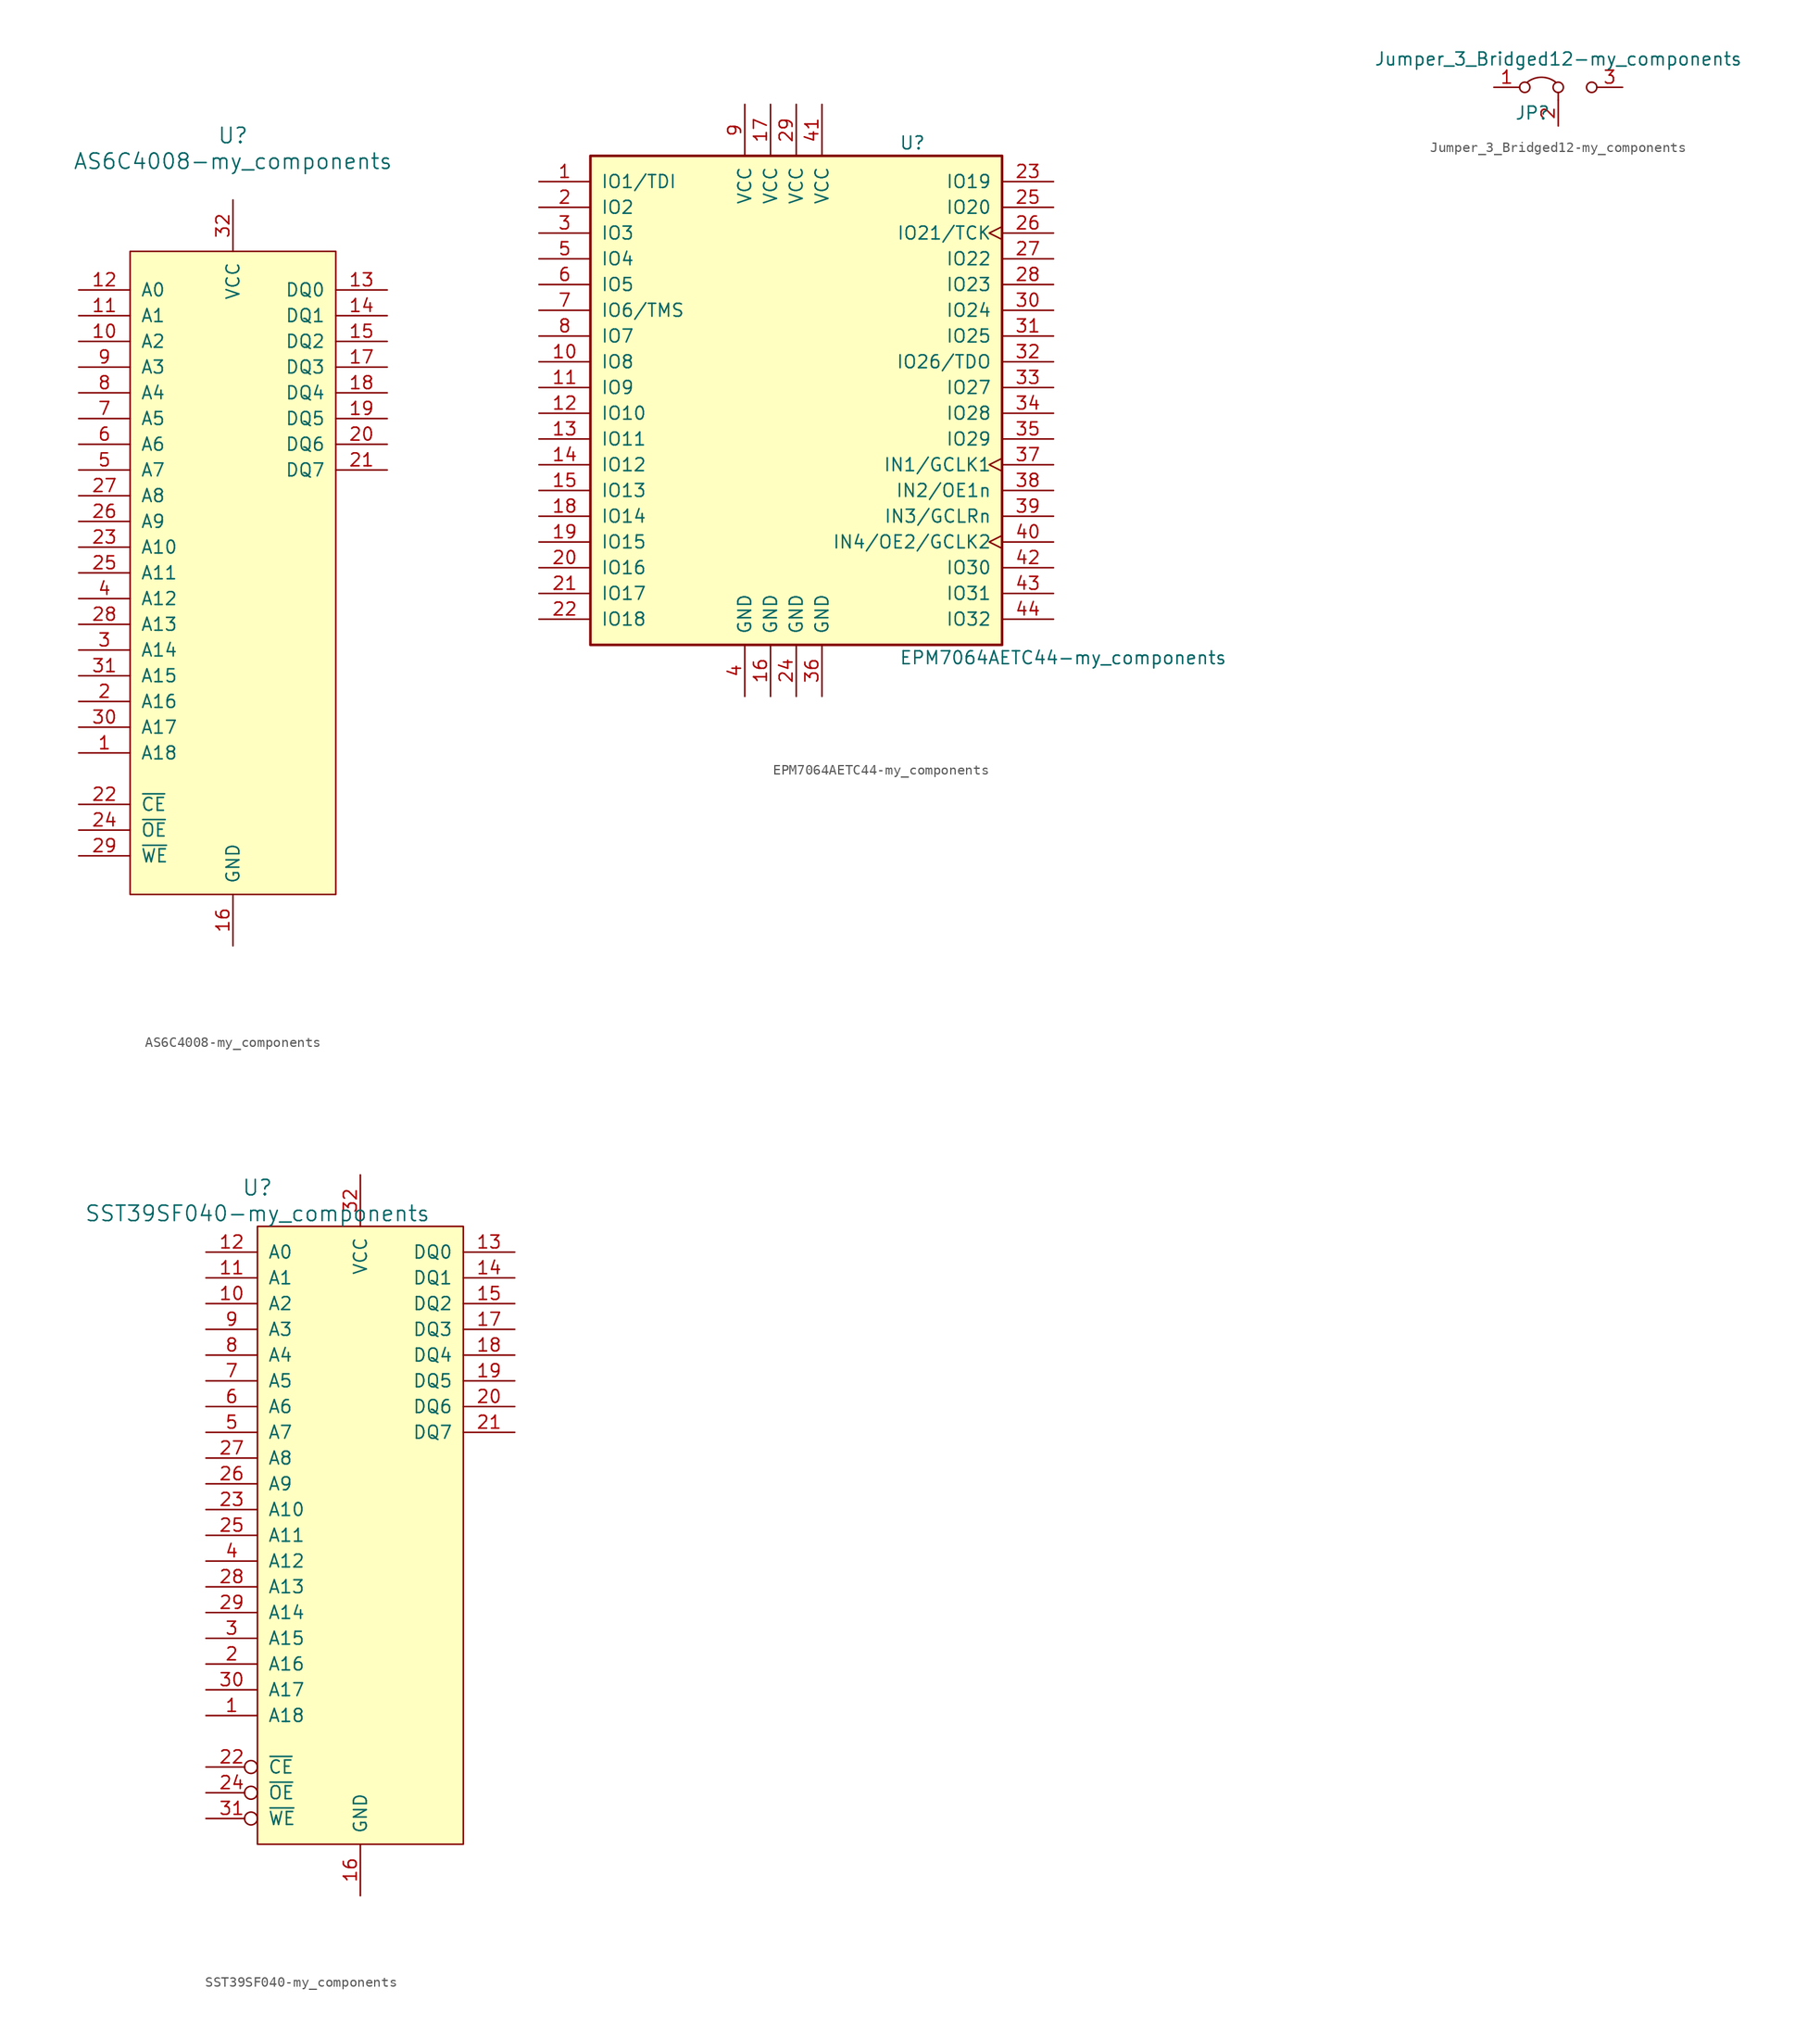
<source format=kicad_sym>
(kicad_symbol_lib
  (version 20220914)
  (generator kicad_symbol_editor)
  (symbol "AS6C4008-my_components"
    (pin_names
      (offset 1.016))
    (property "Reference" "U"
      (at 0 43.18 0)
      (effects (font (size 1.524 1.524))))
    (property "Value" "AS6C4008-my_components"
      (at 0 40.64 0)
      (effects (font (size 1.524 1.524))))
    (property "Footprint" ""
      (at 0 0 0)
      (effects (font (size 1.524 1.524))))
    (property "Datasheet" ""
      (at 0 0 0)
      (effects (font (size 1.524 1.524))))
    (symbol "AS6C4008-my_components_0_1"
      (rectangle (start 10.16 -31.75) (end -10.16 31.75) (stroke (width 0) (type solid)) (fill (type background))))
    (symbol "AS6C4008-my_components_1_1"
      (pin input line (at -15.24 -17.78 0) (length 5.08) (name "A18" (effects (font (size 1.27 1.27)))) (number "1" (effects (font (size 1.27 1.27)))))
      (pin input line (at -15.24 22.86 0) (length 5.08) (name "A2" (effects (font (size 1.27 1.27)))) (number "10" (effects (font (size 1.27 1.27)))))
      (pin input line (at -15.24 25.4 0) (length 5.08) (name "A1" (effects (font (size 1.27 1.27)))) (number "11" (effects (font (size 1.27 1.27)))))
      (pin input line (at -15.24 27.94 0) (length 5.08) (name "A0" (effects (font (size 1.27 1.27)))) (number "12" (effects (font (size 1.27 1.27)))))
      (pin bidirectional line (at 15.24 27.94 180) (length 5.08) (name "DQ0" (effects (font (size 1.27 1.27)))) (number "13" (effects (font (size 1.27 1.27)))))
      (pin bidirectional line (at 15.24 25.4 180) (length 5.08) (name "DQ1" (effects (font (size 1.27 1.27)))) (number "14" (effects (font (size 1.27 1.27)))))
      (pin bidirectional line (at 15.24 22.86 180) (length 5.08) (name "DQ2" (effects (font (size 1.27 1.27)))) (number "15" (effects (font (size 1.27 1.27)))))
      (pin power_in line (at 0 -36.83 90) (length 5.08) (name "GND" (effects (font (size 1.27 1.27)))) (number "16" (effects (font (size 1.27 1.27)))))
      (pin bidirectional line (at 15.24 20.32 180) (length 5.08) (name "DQ3" (effects (font (size 1.27 1.27)))) (number "17" (effects (font (size 1.27 1.27)))))
      (pin bidirectional line (at 15.24 17.78 180) (length 5.08) (name "DQ4" (effects (font (size 1.27 1.27)))) (number "18" (effects (font (size 1.27 1.27)))))
      (pin bidirectional line (at 15.24 15.24 180) (length 5.08) (name "DQ5" (effects (font (size 1.27 1.27)))) (number "19" (effects (font (size 1.27 1.27)))))
      (pin input line (at -15.24 -12.7 0) (length 5.08) (name "A16" (effects (font (size 1.27 1.27)))) (number "2" (effects (font (size 1.27 1.27)))))
      (pin bidirectional line (at 15.24 12.7 180) (length 5.08) (name "DQ6" (effects (font (size 1.27 1.27)))) (number "20" (effects (font (size 1.27 1.27)))))
      (pin bidirectional line (at 15.24 10.16 180) (length 5.08) (name "DQ7" (effects (font (size 1.27 1.27)))) (number "21" (effects (font (size 1.27 1.27)))))
      (pin input line (at -15.24 -22.86 0) (length 5.08) (name "~{CE}" (effects (font (size 1.27 1.27)))) (number "22" (effects (font (size 1.27 1.27)))))
      (pin input line (at -15.24 2.54 0) (length 5.08) (name "A10" (effects (font (size 1.27 1.27)))) (number "23" (effects (font (size 1.27 1.27)))))
      (pin input line (at -15.24 -25.4 0) (length 5.08) (name "~{OE}" (effects (font (size 1.27 1.27)))) (number "24" (effects (font (size 1.27 1.27)))))
      (pin input line (at -15.24 0 0) (length 5.08) (name "A11" (effects (font (size 1.27 1.27)))) (number "25" (effects (font (size 1.27 1.27)))))
      (pin input line (at -15.24 5.08 0) (length 5.08) (name "A9" (effects (font (size 1.27 1.27)))) (number "26" (effects (font (size 1.27 1.27)))))
      (pin input line (at -15.24 7.62 0) (length 5.08) (name "A8" (effects (font (size 1.27 1.27)))) (number "27" (effects (font (size 1.27 1.27)))))
      (pin input line (at -15.24 -5.08 0) (length 5.08) (name "A13" (effects (font (size 1.27 1.27)))) (number "28" (effects (font (size 1.27 1.27)))))
      (pin input line (at -15.24 -27.94 0) (length 5.08) (name "~{WE}" (effects (font (size 1.27 1.27)))) (number "29" (effects (font (size 1.27 1.27)))))
      (pin input line (at -15.24 -7.62 0) (length 5.08) (name "A14" (effects (font (size 1.27 1.27)))) (number "3" (effects (font (size 1.27 1.27)))))
      (pin input line (at -15.24 -15.24 0) (length 5.08) (name "A17" (effects (font (size 1.27 1.27)))) (number "30" (effects (font (size 1.27 1.27)))))
      (pin input line (at -15.24 -10.16 0) (length 5.08) (name "A15" (effects (font (size 1.27 1.27)))) (number "31" (effects (font (size 1.27 1.27)))))
      (pin power_in line (at 0 36.83 270) (length 5.08) (name "VCC" (effects (font (size 1.27 1.27)))) (number "32" (effects (font (size 1.27 1.27)))))
      (pin input line (at -15.24 -2.54 0) (length 5.08) (name "A12" (effects (font (size 1.27 1.27)))) (number "4" (effects (font (size 1.27 1.27)))))
      (pin input line (at -15.24 10.16 0) (length 5.08) (name "A7" (effects (font (size 1.27 1.27)))) (number "5" (effects (font (size 1.27 1.27)))))
      (pin input line (at -15.24 12.7 0) (length 5.08) (name "A6" (effects (font (size 1.27 1.27)))) (number "6" (effects (font (size 1.27 1.27)))))
      (pin input line (at -15.24 15.24 0) (length 5.08) (name "A5" (effects (font (size 1.27 1.27)))) (number "7" (effects (font (size 1.27 1.27)))))
      (pin input line (at -15.24 17.78 0) (length 5.08) (name "A4" (effects (font (size 1.27 1.27)))) (number "8" (effects (font (size 1.27 1.27)))))
      (pin input line (at -15.24 20.32 0) (length 5.08) (name "A3" (effects (font (size 1.27 1.27)))) (number "9" (effects (font (size 1.27 1.27)))))))
  (symbol "EPM7064AETC44-my_components"
    (pin_names
      (offset 1.016))
    (property "Reference" "U"
      (at 10.16 25.4 0)
      (effects (font (size 1.27 1.27)) (justify left)))
    (property "Value" "EPM7064AETC44-my_components"
      (at 10.16 -25.4 0)
      (effects (font (size 1.27 1.27)) (justify left)))
    (symbol "EPM7064AETC44-my_components_1_1"
      (rectangle (start -20.32 24.13) (end 20.32 -24.13) (stroke (width 0.254) (type solid)) (fill (type background)))
      (pin bidirectional line (at -25.4 21.59 0) (length 5.08) (name "IO1/TDI" (effects (font (size 1.27 1.27)))) (number "1" (effects (font (size 1.27 1.27)))))
      (pin bidirectional line (at -25.4 3.81 0) (length 5.08) (name "IO8" (effects (font (size 1.27 1.27)))) (number "10" (effects (font (size 1.27 1.27)))))
      (pin bidirectional line (at -25.4 1.27 0) (length 5.08) (name "IO9" (effects (font (size 1.27 1.27)))) (number "11" (effects (font (size 1.27 1.27)))))
      (pin bidirectional line (at -25.4 -1.27 0) (length 5.08) (name "IO10" (effects (font (size 1.27 1.27)))) (number "12" (effects (font (size 1.27 1.27)))))
      (pin bidirectional line (at -25.4 -3.81 0) (length 5.08) (name "IO11" (effects (font (size 1.27 1.27)))) (number "13" (effects (font (size 1.27 1.27)))))
      (pin bidirectional line (at -25.4 -6.35 0) (length 5.08) (name "IO12" (effects (font (size 1.27 1.27)))) (number "14" (effects (font (size 1.27 1.27)))))
      (pin bidirectional line (at -25.4 -8.89 0) (length 5.08) (name "IO13" (effects (font (size 1.27 1.27)))) (number "15" (effects (font (size 1.27 1.27)))))
      (pin power_in line (at -2.54 -29.21 90) (length 5.08) (name "GND" (effects (font (size 1.27 1.27)))) (number "16" (effects (font (size 1.27 1.27)))))
      (pin power_in line (at -2.54 29.21 270) (length 5.08) (name "VCC" (effects (font (size 1.27 1.27)))) (number "17" (effects (font (size 1.27 1.27)))))
      (pin bidirectional line (at -25.4 -11.43 0) (length 5.08) (name "IO14" (effects (font (size 1.27 1.27)))) (number "18" (effects (font (size 1.27 1.27)))))
      (pin bidirectional line (at -25.4 -13.97 0) (length 5.08) (name "IO15" (effects (font (size 1.27 1.27)))) (number "19" (effects (font (size 1.27 1.27)))))
      (pin bidirectional line (at -25.4 19.05 0) (length 5.08) (name "IO2" (effects (font (size 1.27 1.27)))) (number "2" (effects (font (size 1.27 1.27)))))
      (pin bidirectional line (at -25.4 -16.51 0) (length 5.08) (name "IO16" (effects (font (size 1.27 1.27)))) (number "20" (effects (font (size 1.27 1.27)))))
      (pin bidirectional line (at -25.4 -19.05 0) (length 5.08) (name "IO17" (effects (font (size 1.27 1.27)))) (number "21" (effects (font (size 1.27 1.27)))))
      (pin bidirectional line (at -25.4 -21.59 0) (length 5.08) (name "IO18" (effects (font (size 1.27 1.27)))) (number "22" (effects (font (size 1.27 1.27)))))
      (pin bidirectional line (at 25.4 21.59 180) (length 5.08) (name "IO19" (effects (font (size 1.27 1.27)))) (number "23" (effects (font (size 1.27 1.27)))))
      (pin power_in line (at 0 -29.21 90) (length 5.08) (name "GND" (effects (font (size 1.27 1.27)))) (number "24" (effects (font (size 1.27 1.27)))))
      (pin bidirectional line (at 25.4 19.05 180) (length 5.08) (name "IO20" (effects (font (size 1.27 1.27)))) (number "25" (effects (font (size 1.27 1.27)))))
      (pin bidirectional clock (at 25.4 16.51 180) (length 5.08) (name "IO21/TCK" (effects (font (size 1.27 1.27)))) (number "26" (effects (font (size 1.27 1.27)))))
      (pin bidirectional line (at 25.4 13.97 180) (length 5.08) (name "IO22" (effects (font (size 1.27 1.27)))) (number "27" (effects (font (size 1.27 1.27)))))
      (pin bidirectional line (at 25.4 11.43 180) (length 5.08) (name "IO23" (effects (font (size 1.27 1.27)))) (number "28" (effects (font (size 1.27 1.27)))))
      (pin power_in line (at 0 29.21 270) (length 5.08) (name "VCC" (effects (font (size 1.27 1.27)))) (number "29" (effects (font (size 1.27 1.27)))))
      (pin bidirectional line (at -25.4 16.51 0) (length 5.08) (name "IO3" (effects (font (size 1.27 1.27)))) (number "3" (effects (font (size 1.27 1.27)))))
      (pin bidirectional line (at 25.4 8.89 180) (length 5.08) (name "IO24" (effects (font (size 1.27 1.27)))) (number "30" (effects (font (size 1.27 1.27)))))
      (pin bidirectional line (at 25.4 6.35 180) (length 5.08) (name "IO25" (effects (font (size 1.27 1.27)))) (number "31" (effects (font (size 1.27 1.27)))))
      (pin bidirectional line (at 25.4 3.81 180) (length 5.08) (name "IO26/TDO" (effects (font (size 1.27 1.27)))) (number "32" (effects (font (size 1.27 1.27)))))
      (pin bidirectional line (at 25.4 1.27 180) (length 5.08) (name "IO27" (effects (font (size 1.27 1.27)))) (number "33" (effects (font (size 1.27 1.27)))))
      (pin bidirectional line (at 25.4 -1.27 180) (length 5.08) (name "IO28" (effects (font (size 1.27 1.27)))) (number "34" (effects (font (size 1.27 1.27)))))
      (pin bidirectional line (at 25.4 -3.81 180) (length 5.08) (name "IO29" (effects (font (size 1.27 1.27)))) (number "35" (effects (font (size 1.27 1.27)))))
      (pin power_in line (at 2.54 -29.21 90) (length 5.08) (name "GND" (effects (font (size 1.27 1.27)))) (number "36" (effects (font (size 1.27 1.27)))))
      (pin bidirectional clock (at 25.4 -6.35 180) (length 5.08) (name "IN1/GCLK1" (effects (font (size 1.27 1.27)))) (number "37" (effects (font (size 1.27 1.27)))))
      (pin bidirectional line (at 25.4 -8.89 180) (length 5.08) (name "IN2/OE1n" (effects (font (size 1.27 1.27)))) (number "38" (effects (font (size 1.27 1.27)))))
      (pin bidirectional line (at 25.4 -11.43 180) (length 5.08) (name "IN3/GCLRn" (effects (font (size 1.27 1.27)))) (number "39" (effects (font (size 1.27 1.27)))))
      (pin power_in line (at -5.08 -29.21 90) (length 5.08) (name "GND" (effects (font (size 1.27 1.27)))) (number "4" (effects (font (size 1.27 1.27)))))
      (pin bidirectional clock (at 25.4 -13.97 180) (length 5.08) (name "IN4/OE2/GCLK2" (effects (font (size 1.27 1.27)))) (number "40" (effects (font (size 1.27 1.27)))))
      (pin power_in line (at 2.54 29.21 270) (length 5.08) (name "VCC" (effects (font (size 1.27 1.27)))) (number "41" (effects (font (size 1.27 1.27)))))
      (pin bidirectional line (at 25.4 -16.51 180) (length 5.08) (name "IO30" (effects (font (size 1.27 1.27)))) (number "42" (effects (font (size 1.27 1.27)))))
      (pin bidirectional line (at 25.4 -19.05 180) (length 5.08) (name "IO31" (effects (font (size 1.27 1.27)))) (number "43" (effects (font (size 1.27 1.27)))))
      (pin bidirectional line (at 25.4 -21.59 180) (length 5.08) (name "IO32" (effects (font (size 1.27 1.27)))) (number "44" (effects (font (size 1.27 1.27)))))
      (pin bidirectional line (at -25.4 13.97 0) (length 5.08) (name "IO4" (effects (font (size 1.27 1.27)))) (number "5" (effects (font (size 1.27 1.27)))))
      (pin bidirectional line (at -25.4 11.43 0) (length 5.08) (name "IO5" (effects (font (size 1.27 1.27)))) (number "6" (effects (font (size 1.27 1.27)))))
      (pin bidirectional line (at -25.4 8.89 0) (length 5.08) (name "IO6/TMS" (effects (font (size 1.27 1.27)))) (number "7" (effects (font (size 1.27 1.27)))))
      (pin bidirectional line (at -25.4 6.35 0) (length 5.08) (name "IO7" (effects (font (size 1.27 1.27)))) (number "8" (effects (font (size 1.27 1.27)))))
      (pin power_in line (at -5.08 29.21 270) (length 5.08) (name "VCC" (effects (font (size 1.27 1.27)))) (number "9" (effects (font (size 1.27 1.27)))))))
  (symbol "Jumper_3_Bridged12-my_components"
    (pin_names
      (offset 0) hide)
    (property "Reference" "JP"
      (at -2.54 -2.54 0)
      (effects (font (size 1.27 1.27))))
    (property "Value" "Jumper_3_Bridged12-my_components"
      (at 0 2.794 0)
      (effects (font (size 1.27 1.27))))
    (symbol "Jumper_3_Bridged12-my_components_0_0"
      (circle (center -3.302 0) (radius 0.508) (stroke (width 0) (type solid)) (fill (type none)))
      (circle (center 0 0) (radius 0.508) (stroke (width 0) (type solid)) (fill (type none)))
      (circle (center 3.302 0) (radius 0.508) (stroke (width 0) (type solid)) (fill (type none))))
    (symbol "Jumper_3_Bridged12-my_components_0_1"
      (arc (start -0.254 0.508) (mid -1.651 0.9912) (end -3.048 0.508) (stroke (width 0) (type solid)) (fill (type none)))
      (polyline (pts (xy 0 -1.27) (xy 0 -0.508)) (stroke (width 0) (type solid)) (fill (type none))))
    (symbol "Jumper_3_Bridged12-my_components_1_1"
      (pin passive line (at -6.35 0 0) (length 2.54) (name "A" (effects (font (size 1.27 1.27)))) (number "1" (effects (font (size 1.27 1.27)))))
      (pin passive line (at 0 -3.81 90) (length 2.54) (name "C" (effects (font (size 1.27 1.27)))) (number "2" (effects (font (size 1.27 1.27)))))
      (pin passive line (at 6.35 0 180) (length 2.54) (name "B" (effects (font (size 1.27 1.27)))) (number "3" (effects (font (size 1.27 1.27)))))))
  (symbol "SST39SF040-my_components"
    (pin_names
      (offset 1.016))
    (property "Reference" "U"
      (at -10.16 34.29 0)
      (effects (font (size 1.524 1.524))))
    (property "Value" "SST39SF040-my_components"
      (at -10.16 31.75 0)
      (effects (font (size 1.524 1.524))))
    (property "Footprint" ""
      (at 0 0 0)
      (effects (font (size 1.524 1.524))))
    (property "Datasheet" ""
      (at 0 0 0)
      (effects (font (size 1.524 1.524))))
    (symbol "SST39SF040-my_components_0_1"
      (rectangle (start 10.16 -30.48) (end -10.16 30.48) (stroke (width 0) (type solid)) (fill (type background))))
    (symbol "SST39SF040-my_components_1_1"
      (pin input line (at -15.24 -17.78 0) (length 5.08) (name "A18" (effects (font (size 1.27 1.27)))) (number "1" (effects (font (size 1.27 1.27)))))
      (pin input line (at -15.24 22.86 0) (length 5.08) (name "A2" (effects (font (size 1.27 1.27)))) (number "10" (effects (font (size 1.27 1.27)))))
      (pin input line (at -15.24 25.4 0) (length 5.08) (name "A1" (effects (font (size 1.27 1.27)))) (number "11" (effects (font (size 1.27 1.27)))))
      (pin input line (at -15.24 27.94 0) (length 5.08) (name "A0" (effects (font (size 1.27 1.27)))) (number "12" (effects (font (size 1.27 1.27)))))
      (pin bidirectional line (at 15.24 27.94 180) (length 5.08) (name "DQ0" (effects (font (size 1.27 1.27)))) (number "13" (effects (font (size 1.27 1.27)))))
      (pin bidirectional line (at 15.24 25.4 180) (length 5.08) (name "DQ1" (effects (font (size 1.27 1.27)))) (number "14" (effects (font (size 1.27 1.27)))))
      (pin bidirectional line (at 15.24 22.86 180) (length 5.08) (name "DQ2" (effects (font (size 1.27 1.27)))) (number "15" (effects (font (size 1.27 1.27)))))
      (pin power_in line (at 0 -35.56 90) (length 5.08) (name "GND" (effects (font (size 1.27 1.27)))) (number "16" (effects (font (size 1.27 1.27)))))
      (pin bidirectional line (at 15.24 20.32 180) (length 5.08) (name "DQ3" (effects (font (size 1.27 1.27)))) (number "17" (effects (font (size 1.27 1.27)))))
      (pin bidirectional line (at 15.24 17.78 180) (length 5.08) (name "DQ4" (effects (font (size 1.27 1.27)))) (number "18" (effects (font (size 1.27 1.27)))))
      (pin bidirectional line (at 15.24 15.24 180) (length 5.08) (name "DQ5" (effects (font (size 1.27 1.27)))) (number "19" (effects (font (size 1.27 1.27)))))
      (pin input line (at -15.24 -12.7 0) (length 5.08) (name "A16" (effects (font (size 1.27 1.27)))) (number "2" (effects (font (size 1.27 1.27)))))
      (pin bidirectional line (at 15.24 12.7 180) (length 5.08) (name "DQ6" (effects (font (size 1.27 1.27)))) (number "20" (effects (font (size 1.27 1.27)))))
      (pin bidirectional line (at 15.24 10.16 180) (length 5.08) (name "DQ7" (effects (font (size 1.27 1.27)))) (number "21" (effects (font (size 1.27 1.27)))))
      (pin input inverted (at -15.24 -22.86 0) (length 5.08) (name "~{CE}" (effects (font (size 1.27 1.27)))) (number "22" (effects (font (size 1.27 1.27)))))
      (pin input line (at -15.24 2.54 0) (length 5.08) (name "A10" (effects (font (size 1.27 1.27)))) (number "23" (effects (font (size 1.27 1.27)))))
      (pin input inverted (at -15.24 -25.4 0) (length 5.08) (name "~{OE}" (effects (font (size 1.27 1.27)))) (number "24" (effects (font (size 1.27 1.27)))))
      (pin input line (at -15.24 0 0) (length 5.08) (name "A11" (effects (font (size 1.27 1.27)))) (number "25" (effects (font (size 1.27 1.27)))))
      (pin input line (at -15.24 5.08 0) (length 5.08) (name "A9" (effects (font (size 1.27 1.27)))) (number "26" (effects (font (size 1.27 1.27)))))
      (pin input line (at -15.24 7.62 0) (length 5.08) (name "A8" (effects (font (size 1.27 1.27)))) (number "27" (effects (font (size 1.27 1.27)))))
      (pin input line (at -15.24 -5.08 0) (length 5.08) (name "A13" (effects (font (size 1.27 1.27)))) (number "28" (effects (font (size 1.27 1.27)))))
      (pin input line (at -15.24 -7.62 0) (length 5.08) (name "A14" (effects (font (size 1.27 1.27)))) (number "29" (effects (font (size 1.27 1.27)))))
      (pin input line (at -15.24 -10.16 0) (length 5.08) (name "A15" (effects (font (size 1.27 1.27)))) (number "3" (effects (font (size 1.27 1.27)))))
      (pin input line (at -15.24 -15.24 0) (length 5.08) (name "A17" (effects (font (size 1.27 1.27)))) (number "30" (effects (font (size 1.27 1.27)))))
      (pin input inverted (at -15.24 -27.94 0) (length 5.08) (name "~{WE}" (effects (font (size 1.27 1.27)))) (number "31" (effects (font (size 1.27 1.27)))))
      (pin power_in line (at 0 35.56 270) (length 5.08) (name "VCC" (effects (font (size 1.27 1.27)))) (number "32" (effects (font (size 1.27 1.27)))))
      (pin input line (at -15.24 -2.54 0) (length 5.08) (name "A12" (effects (font (size 1.27 1.27)))) (number "4" (effects (font (size 1.27 1.27)))))
      (pin input line (at -15.24 10.16 0) (length 5.08) (name "A7" (effects (font (size 1.27 1.27)))) (number "5" (effects (font (size 1.27 1.27)))))
      (pin input line (at -15.24 12.7 0) (length 5.08) (name "A6" (effects (font (size 1.27 1.27)))) (number "6" (effects (font (size 1.27 1.27)))))
      (pin input line (at -15.24 15.24 0) (length 5.08) (name "A5" (effects (font (size 1.27 1.27)))) (number "7" (effects (font (size 1.27 1.27)))))
      (pin input line (at -15.24 17.78 0) (length 5.08) (name "A4" (effects (font (size 1.27 1.27)))) (number "8" (effects (font (size 1.27 1.27)))))
      (pin input line (at -15.24 20.32 0) (length 5.08) (name "A3" (effects (font (size 1.27 1.27)))) (number "9" (effects (font (size 1.27 1.27))))))))
</source>
